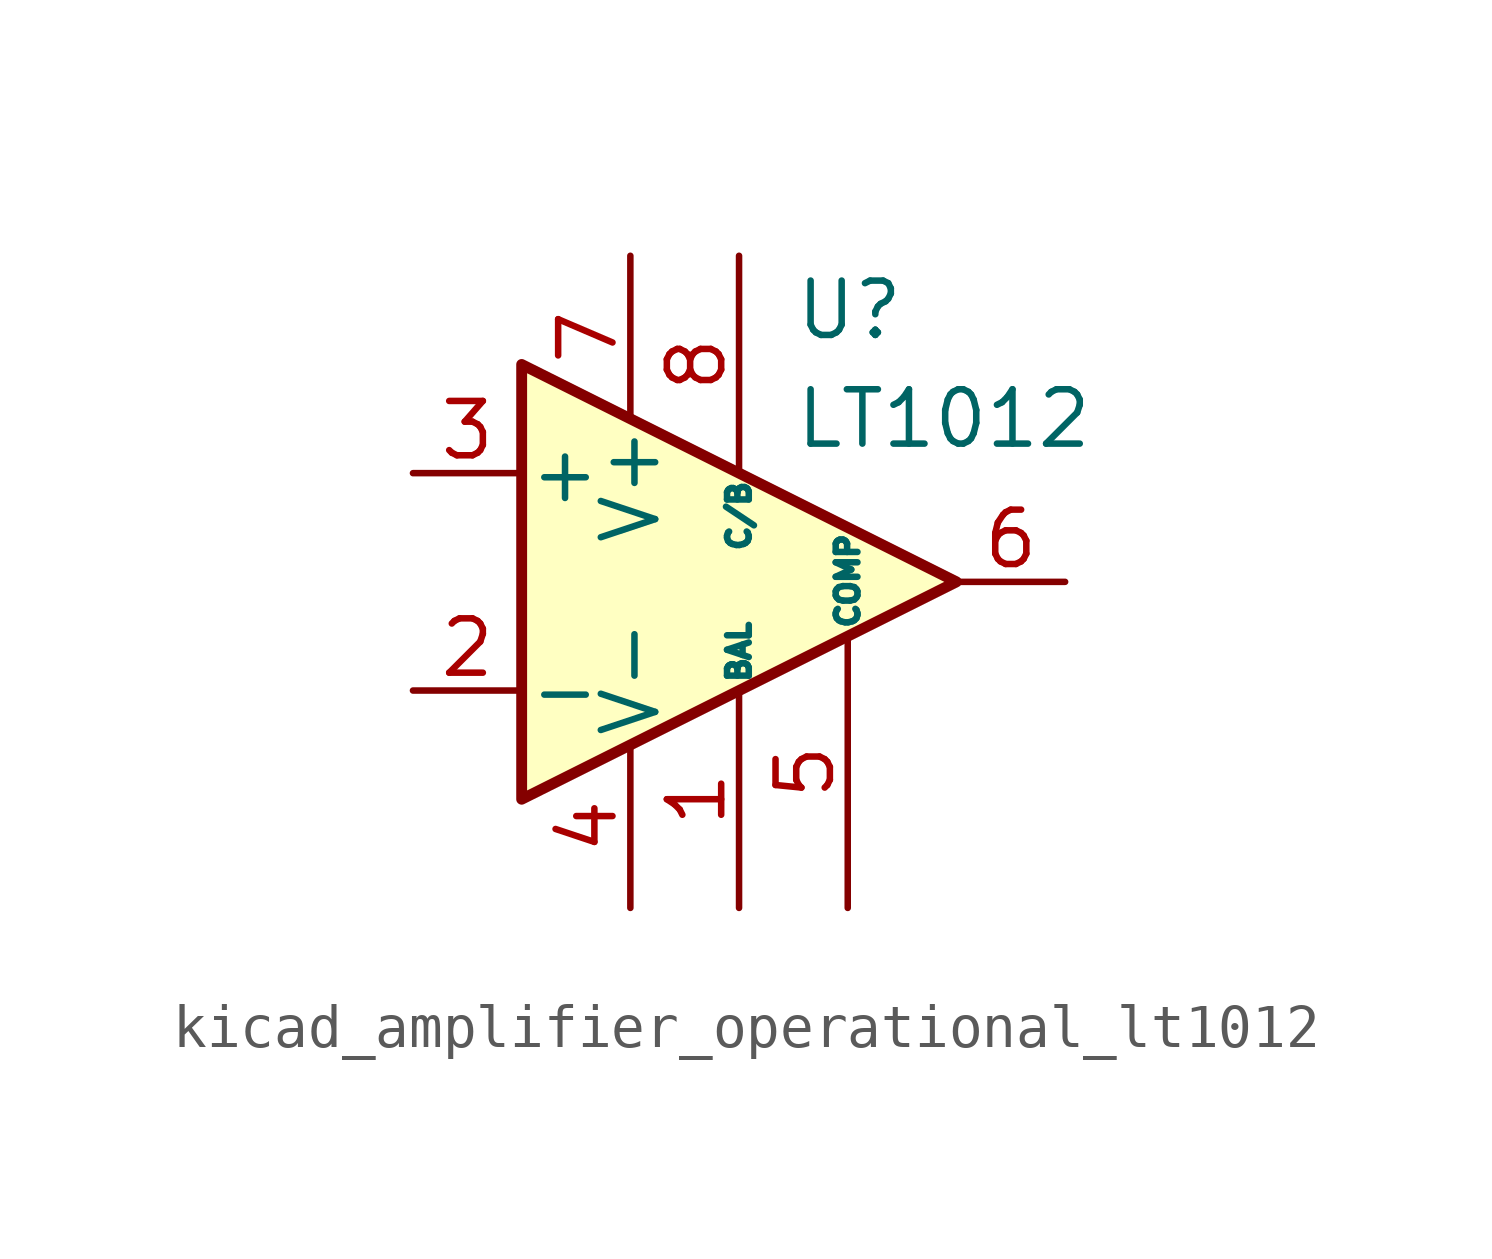
<source format=kicad_sym>
(kicad_symbol_lib
  (version 20220914)
  (generator kicad_symbol_editor)
  (symbol "kicad_amplifier_operational_lt1012"
    (pin_names
      (offset 0.127))
    (property "Reference" "U"
      (at 1.27 6.35 0)
      (effects (font (size 1.27 1.27)) (justify left)))
    (property "Value" "LT1012"
      (at 1.27 3.81 0)
      (effects (font (size 1.27 1.27)) (justify left)))
    (symbol "kicad_amplifier_operational_lt1012_0_1"
      (polyline (pts (xy -5.08 5.08) (xy 5.08 0) (xy -5.08 -5.08) (xy -5.08 5.08)) (stroke (width 0.254) (type default)) (fill (type background))))
    (symbol "kicad_amplifier_operational_lt1012_1_1"
      (pin input line (at 0 -7.62 90) (length 5.08) (name "BAL" (effects (font (size 0.508 0.508)))) (number "1" (effects (font (size 1.27 1.27)))))
      (pin input line (at -7.62 -2.54 0) (length 2.54) (name "-" (effects (font (size 1.27 1.27)))) (number "2" (effects (font (size 1.27 1.27)))))
      (pin input line (at -7.62 2.54 0) (length 2.54) (name "+" (effects (font (size 1.27 1.27)))) (number "3" (effects (font (size 1.27 1.27)))))
      (pin power_in line (at -2.54 -7.62 90) (length 3.81) (name "V-" (effects (font (size 1.27 1.27)))) (number "4" (effects (font (size 1.27 1.27)))))
      (pin input line (at 2.54 -7.62 90) (length 6.35) (name "COMP" (effects (font (size 0.508 0.508)))) (number "5" (effects (font (size 1.27 1.27)))))
      (pin output line (at 7.62 0 180) (length 2.54) (name "~" (effects (font (size 1.27 1.27)))) (number "6" (effects (font (size 1.27 1.27)))))
      (pin power_in line (at -2.54 7.62 270) (length 3.81) (name "V+" (effects (font (size 1.27 1.27)))) (number "7" (effects (font (size 1.27 1.27)))))
      (pin input line (at 0 7.62 270) (length 5.08) (name "C/B" (effects (font (size 0.508 0.508)))) (number "8" (effects (font (size 1.27 1.27))))))))
</source>
